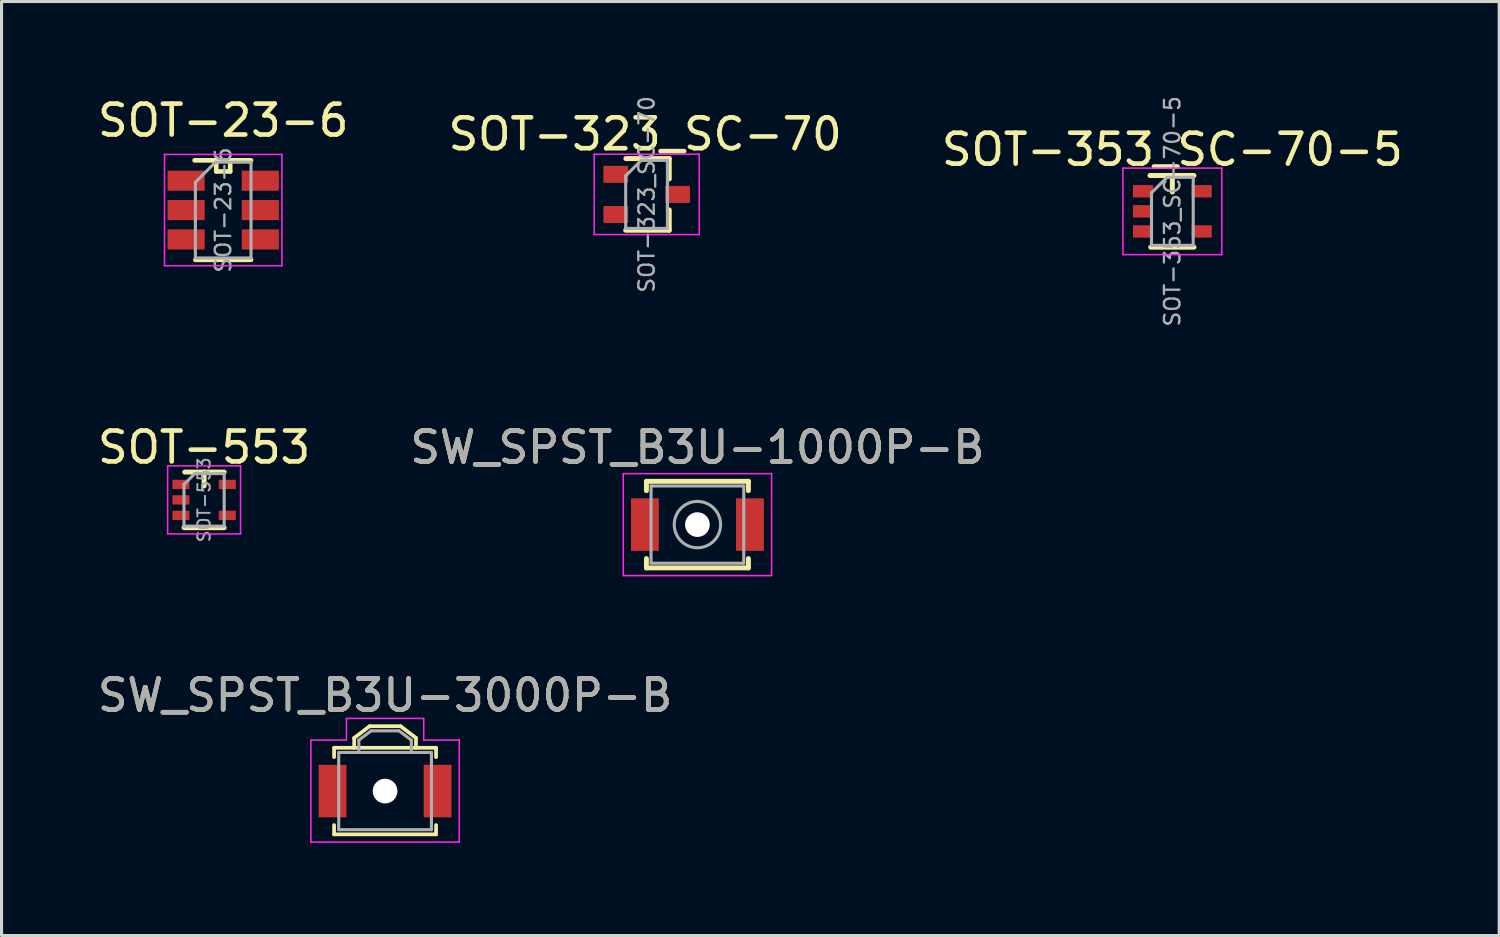
<source format=kicad_pcb>
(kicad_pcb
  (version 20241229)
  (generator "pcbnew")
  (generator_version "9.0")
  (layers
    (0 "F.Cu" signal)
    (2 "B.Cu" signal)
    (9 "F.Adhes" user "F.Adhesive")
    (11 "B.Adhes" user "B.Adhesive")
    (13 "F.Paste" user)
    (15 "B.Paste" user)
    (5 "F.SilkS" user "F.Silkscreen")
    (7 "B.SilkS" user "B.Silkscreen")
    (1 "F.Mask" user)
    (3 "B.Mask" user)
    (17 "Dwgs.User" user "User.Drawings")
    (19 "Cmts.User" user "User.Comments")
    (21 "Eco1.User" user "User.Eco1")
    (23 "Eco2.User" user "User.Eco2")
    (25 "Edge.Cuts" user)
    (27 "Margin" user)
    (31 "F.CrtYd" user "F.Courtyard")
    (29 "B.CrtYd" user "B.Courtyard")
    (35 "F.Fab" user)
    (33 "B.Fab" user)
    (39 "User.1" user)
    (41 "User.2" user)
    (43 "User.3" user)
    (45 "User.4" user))
  (footprint "SW_SPST_B3U-1000P-B"
    (layer "F.Cu")
    (at 19.518 13.926)
    (property "Reference" "SW_SPST_B3U-1000P-B" (at 0 -2.5 0) (layer "F.SilkS") (effects (font (size 1 1) (thickness 0.15))))
    (attr smd)
    (fp_line (start -1.65 -1.4) (end 1.65 -1.4) (stroke (width 0.16) (type solid)) (layer "F.SilkS"))
    (fp_line (start -1.65 -1.1) (end -1.65 -1.4) (stroke (width 0.16) (type solid)) (layer "F.SilkS"))
    (fp_line (start -1.65 1.1) (end -1.65 1.4) (stroke (width 0.16) (type solid)) (layer "F.SilkS"))
    (fp_line (start -1.65 1.4) (end 1.65 1.4) (stroke (width 0.16) (type solid)) (layer "F.SilkS"))
    (fp_line (start 1.65 -1.4) (end 1.65 -1.1) (stroke (width 0.16) (type solid)) (layer "F.SilkS"))
    (fp_line (start 1.65 1.4) (end 1.65 1.1) (stroke (width 0.16) (type solid)) (layer "F.SilkS"))
    (fp_line (start -2.4 -1.65) (end -2.4 1.65) (stroke (width 0.05) (type solid)) (layer "F.CrtYd"))
    (fp_line (start -2.4 1.65) (end 2.4 1.65) (stroke (width 0.05) (type solid)) (layer "F.CrtYd"))
    (fp_line (start 2.4 -1.65) (end -2.4 -1.65) (stroke (width 0.05) (type solid)) (layer "F.CrtYd"))
    (fp_line (start 2.4 1.65) (end 2.4 -1.65) (stroke (width 0.05) (type solid)) (layer "F.CrtYd"))
    (fp_line (start -1.5 -1.25) (end 1.5 -1.25) (stroke (width 0.1) (type solid)) (layer "F.Fab"))
    (fp_line (start -1.5 1.25) (end -1.5 -1.25) (stroke (width 0.1) (type solid)) (layer "F.Fab"))
    (fp_line (start 1.5 -1.25) (end 1.5 1.25) (stroke (width 0.1) (type solid)) (layer "F.Fab"))
    (fp_line (start 1.5 1.25) (end -1.5 1.25) (stroke (width 0.1) (type solid)) (layer "F.Fab"))
    (fp_circle (center 0 0) (end 0.75 0) (stroke (width 0.1) (type solid)) (fill no) (layer "F.Fab"))
    (fp_text user "${REFERENCE}" (at 0 -2.5 0) (layer "F.Fab") (effects (font (size 1 1) (thickness 0.15))))
    (pad "" np_thru_hole circle (at 0 0) (size 0.8 0.8) (drill 0.8) (layers "*.Cu" "*.Mask"))
    (pad "1" smd rect (at -1.7 0) (size 0.9 1.7) (layers "F.Cu" "F.Mask" "F.Paste"))
    (pad "2" smd rect (at 1.7 0) (size 0.9 1.7) (layers "F.Cu" "F.Mask" "F.Paste")))
  (footprint "SOT-553"
    (layer "F.Cu")
    (at 3.554 13.126)
    (property "Reference" "SOT-553" (at 0 -1.7 0) (layer "F.SilkS") (effects (font (size 1 1) (thickness 0.15))))
    (attr smd)
    (fp_line (start -0.625 -0.9) (end 0.65 -0.9) (stroke (width 0.16) (type solid)) (layer "F.SilkS"))
    (fp_line (start 0 -0.9) (end 0 -0.45) (stroke (width 0.16) (type solid)) (layer "F.SilkS"))
    (fp_line (start 0.65 0.9) (end -0.65 0.9) (stroke (width 0.16) (type solid)) (layer "F.SilkS"))
    (fp_line (start -1.18 -1.1) (end -1.18 1.1) (stroke (width 0.05) (type solid)) (layer "F.CrtYd"))
    (fp_line (start -1.18 -1.1) (end 1.18 -1.1) (stroke (width 0.05) (type solid)) (layer "F.CrtYd"))
    (fp_line (start 1.18 1.1) (end -1.18 1.1) (stroke (width 0.05) (type solid)) (layer "F.CrtYd"))
    (fp_line (start 1.18 1.1) (end 1.18 -1.1) (stroke (width 0.05) (type solid)) (layer "F.CrtYd"))
    (fp_line (start -0.65 -0.5) (end -0.65 0.85) (stroke (width 0.1) (type solid)) (layer "F.Fab"))
    (fp_line (start -0.65 -0.5) (end -0.3 -0.85) (stroke (width 0.1) (type solid)) (layer "F.Fab"))
    (fp_line (start -0.65 0.85) (end 0.65 0.85) (stroke (width 0.1) (type solid)) (layer "F.Fab"))
    (fp_line (start 0.65 -0.85) (end -0.3 -0.85) (stroke (width 0.1) (type solid)) (layer "F.Fab"))
    (fp_line (start 0.65 0.85) (end 0.65 -0.85) (stroke (width 0.1) (type solid)) (layer "F.Fab"))
    (fp_text user "${REFERENCE}" (at 0 0 90) (layer "F.Fab") (effects (font (size 0.4 0.4) (thickness 0.062))))
    (pad "1" smd rect (at -0.75 -0.5) (size 0.55 0.3) (layers "F.Cu" "F.Mask" "F.Paste"))
    (pad "2" smd rect (at -0.75 0) (size 0.55 0.3) (layers "F.Cu" "F.Mask" "F.Paste"))
    (pad "3" smd rect (at -0.75 0.5) (size 0.55 0.3) (layers "F.Cu" "F.Mask" "F.Paste"))
    (pad "4" smd rect (at 0.75 0.5) (size 0.55 0.3) (layers "F.Cu" "F.Mask" "F.Paste"))
    (pad "5" smd rect (at 0.75 -0.5) (size 0.55 0.3) (layers "F.Cu" "F.Mask" "F.Paste")))
  (footprint "SW_SPST_B3U-3000P-B"
    (layer "F.Cu")
    (at 9.411 22.549)
    (property "Reference" "SW_SPST_B3U-3000P-B" (at 0 -3.1 0) (layer "F.SilkS") (effects (font (size 1 1) (thickness 0.15))))
    (attr smd)
    (fp_line (start -1.65 -1.4) (end 1.65 -1.4) (stroke (width 0.12) (type solid)) (layer "F.SilkS"))
    (fp_line (start -1.65 -1.1) (end -1.65 -1.4) (stroke (width 0.12) (type solid)) (layer "F.SilkS"))
    (fp_line (start -1.65 1.1) (end -1.65 1.4) (stroke (width 0.12) (type solid)) (layer "F.SilkS"))
    (fp_line (start -1.65 1.4) (end 1.65 1.4) (stroke (width 0.12) (type solid)) (layer "F.SilkS"))
    (fp_line (start -1 -1.72) (end -1 -1.4) (stroke (width 0.12) (type solid)) (layer "F.SilkS"))
    (fp_line (start -0.5 -2.1) (end -1 -1.72) (stroke (width 0.12) (type solid)) (layer "F.SilkS"))
    (fp_line (start -0.5 -2.1) (end 0.5 -2.1) (stroke (width 0.12) (type solid)) (layer "F.SilkS"))
    (fp_line (start 0.5 -2.1) (end 1 -1.72) (stroke (width 0.12) (type solid)) (layer "F.SilkS"))
    (fp_line (start 1 -1.72) (end 1 -1.4) (stroke (width 0.12) (type solid)) (layer "F.SilkS"))
    (fp_line (start 1.65 -1.4) (end 1.65 -1.1) (stroke (width 0.12) (type solid)) (layer "F.SilkS"))
    (fp_line (start 1.65 1.4) (end 1.65 1.1) (stroke (width 0.12) (type solid)) (layer "F.SilkS"))
    (fp_line (start -2.4 -1.65) (end -2.4 1.65) (stroke (width 0.05) (type solid)) (layer "F.CrtYd"))
    (fp_line (start -2.4 1.65) (end 2.4 1.65) (stroke (width 0.05) (type solid)) (layer "F.CrtYd"))
    (fp_line (start -1.25 -2.35) (end 1.25 -2.35) (stroke (width 0.05) (type solid)) (layer "F.CrtYd"))
    (fp_line (start -1.25 -1.65) (end -2.4 -1.65) (stroke (width 0.05) (type solid)) (layer "F.CrtYd"))
    (fp_line (start -1.25 -1.65) (end -1.25 -2.35) (stroke (width 0.05) (type solid)) (layer "F.CrtYd"))
    (fp_line (start 1.25 -2.35) (end 1.25 -1.65) (stroke (width 0.05) (type solid)) (layer "F.CrtYd"))
    (fp_line (start 1.25 -1.65) (end 2.4 -1.65) (stroke (width 0.05) (type solid)) (layer "F.CrtYd"))
    (fp_line (start 2.4 1.65) (end 2.4 -1.65) (stroke (width 0.05) (type solid)) (layer "F.CrtYd"))
    (fp_line (start -1.5 -1.25) (end 1.5 -1.25) (stroke (width 0.1) (type solid)) (layer "F.Fab"))
    (fp_line (start -1.5 1.25) (end -1.5 -1.25) (stroke (width 0.1) (type solid)) (layer "F.Fab"))
    (fp_line (start -0.85 -1.65) (end -0.45 -1.95) (stroke (width 0.1) (type solid)) (layer "F.Fab"))
    (fp_line (start -0.85 -1.25) (end -0.85 -1.65) (stroke (width 0.1) (type solid)) (layer "F.Fab"))
    (fp_line (start -0.45 -1.95) (end 0.45 -1.95) (stroke (width 0.1) (type solid)) (layer "F.Fab"))
    (fp_line (start 0.45 -1.95) (end 0.85 -1.65) (stroke (width 0.1) (type solid)) (layer "F.Fab"))
    (fp_line (start 0.85 -1.65) (end 0.85 -1.25) (stroke (width 0.1) (type solid)) (layer "F.Fab"))
    (fp_line (start 1.5 -1.25) (end 1.5 1.25) (stroke (width 0.1) (type solid)) (layer "F.Fab"))
    (fp_line (start 1.5 1.25) (end -1.5 1.25) (stroke (width 0.1) (type solid)) (layer "F.Fab"))
    (fp_text user "${REFERENCE}" (at 0 -3.1 0) (layer "F.Fab") (effects (font (size 1 1) (thickness 0.15))))
    (pad "" np_thru_hole circle (at 0 0) (size 0.8 0.8) (drill 0.8) (layers "*.Cu" "*.Mask"))
    (pad "1" smd rect (at -1.7 0) (size 0.9 1.7) (layers "F.Cu" "F.Mask" "F.Paste"))
    (pad "2" smd rect (at 1.7 0) (size 0.9 1.7) (layers "F.Cu" "F.Mask" "F.Paste")))
  (footprint "SOT-323_SC-70"
    (layer "F.Cu")
    (at 17.877 3.241)
    (property "Reference" "SOT-323_SC-70" (at -0.05 -1.95 0) (layer "F.SilkS") (effects (font (size 1 1) (thickness 0.15))))
    (attr smd)
    (fp_line (start -0.68 1.16) (end 0.73 1.16) (stroke (width 0.16) (type solid)) (layer "F.SilkS"))
    (fp_line (start 0.73 -1.16) (end -0.675 -1.16) (stroke (width 0.16) (type solid)) (layer "F.SilkS"))
    (fp_line (start 0.73 -1.16) (end 0.73 -0.5) (stroke (width 0.16) (type solid)) (layer "F.SilkS"))
    (fp_line (start 0.73 0.5) (end 0.73 1.16) (stroke (width 0.16) (type solid)) (layer "F.SilkS"))
    (fp_line (start -1.7 -1.3) (end 1.7 -1.3) (stroke (width 0.05) (type solid)) (layer "F.CrtYd"))
    (fp_line (start -1.7 1.3) (end -1.7 -1.3) (stroke (width 0.05) (type solid)) (layer "F.CrtYd"))
    (fp_line (start 1.7 -1.3) (end 1.7 1.3) (stroke (width 0.05) (type solid)) (layer "F.CrtYd"))
    (fp_line (start 1.7 1.3) (end -1.7 1.3) (stroke (width 0.05) (type solid)) (layer "F.CrtYd"))
    (fp_line (start -0.68 -0.6) (end -0.68 1.1) (stroke (width 0.1) (type solid)) (layer "F.Fab"))
    (fp_line (start -0.18 -1.1) (end -0.68 -0.6) (stroke (width 0.1) (type solid)) (layer "F.Fab"))
    (fp_line (start 0.67 -1.1) (end -0.18 -1.1) (stroke (width 0.1) (type solid)) (layer "F.Fab"))
    (fp_line (start 0.67 -1.1) (end 0.67 1.1) (stroke (width 0.1) (type solid)) (layer "F.Fab"))
    (fp_line (start 0.67 1.1) (end -0.68 1.1) (stroke (width 0.1) (type solid)) (layer "F.Fab"))
    (fp_text user "${REFERENCE}" (at 0 0 90) (layer "F.Fab") (effects (font (size 0.5 0.5) (thickness 0.075))))
    (pad "1" smd rect (at -1 -0.65 270) (size 0.55 0.8) (layers "F.Cu" "F.Mask" "F.Paste"))
    (pad "2" smd rect (at -1 0.65 270) (size 0.55 0.8) (layers "F.Cu" "F.Mask" "F.Paste"))
    (pad "3" smd rect (at 1 0 270) (size 0.55 0.8) (layers "F.Cu" "F.Mask" "F.Paste")))
  (footprint "SOT-353_SC-70-5"
    (layer "F.Cu")
    (at 34.887 3.789)
    (property "Reference" "SOT-353_SC-70-5" (at 0 -2 0) (layer "F.SilkS") (effects (font (size 1 1) (thickness 0.15))))
    (attr smd)
    (fp_line (start -0.7 1.16) (end 0.7 1.16) (stroke (width 0.16) (type solid)) (layer "F.SilkS"))
    (fp_line (start 0 -1.15) (end 0 -0.625) (stroke (width 0.16) (type solid)) (layer "F.SilkS"))
    (fp_line (start 0.7 -1.16) (end -0.725 -1.16) (stroke (width 0.16) (type solid)) (layer "F.SilkS"))
    (fp_line (start -1.6 -1.4) (end -1.6 1.4) (stroke (width 0.05) (type solid)) (layer "F.CrtYd"))
    (fp_line (start -1.6 -1.4) (end 1.6 -1.4) (stroke (width 0.05) (type solid)) (layer "F.CrtYd"))
    (fp_line (start -1.6 1.4) (end 1.6 1.4) (stroke (width 0.05) (type solid)) (layer "F.CrtYd"))
    (fp_line (start 1.6 1.4) (end 1.6 -1.4) (stroke (width 0.05) (type solid)) (layer "F.CrtYd"))
    (fp_line (start -0.675 -0.6) (end -0.675 1.1) (stroke (width 0.1) (type solid)) (layer "F.Fab"))
    (fp_line (start -0.175 -1.1) (end -0.675 -0.6) (stroke (width 0.1) (type solid)) (layer "F.Fab"))
    (fp_line (start 0.675 -1.1) (end -0.175 -1.1) (stroke (width 0.1) (type solid)) (layer "F.Fab"))
    (fp_line (start 0.675 -1.1) (end 0.675 1.1) (stroke (width 0.1) (type solid)) (layer "F.Fab"))
    (fp_line (start 0.675 1.1) (end -0.675 1.1) (stroke (width 0.1) (type solid)) (layer "F.Fab"))
    (fp_text user "${REFERENCE}" (at 0 0 90) (layer "F.Fab") (effects (font (size 0.5 0.5) (thickness 0.075))))
    (pad "1" smd rect (at -0.95 -0.65) (size 0.65 0.4) (layers "F.Cu" "F.Mask" "F.Paste"))
    (pad "2" smd rect (at -0.95 0) (size 0.65 0.4) (layers "F.Cu" "F.Mask" "F.Paste"))
    (pad "3" smd rect (at -0.95 0.65) (size 0.65 0.4) (layers "F.Cu" "F.Mask" "F.Paste"))
    (pad "4" smd rect (at 0.95 0.65) (size 0.65 0.4) (layers "F.Cu" "F.Mask" "F.Paste"))
    (pad "5" smd rect (at 0.95 -0.65) (size 0.65 0.4) (layers "F.Cu" "F.Mask" "F.Paste")))
  (footprint "SOT-23-6"
    (layer "F.Cu")
    (at 4.173 3.748)
    (property "Reference" "SOT-23-6" (at 0 -2.9 0) (layer "F.SilkS") (effects (font (size 1 1) (thickness 0.15))))
    (attr smd)
    (fp_line (start -0.9 1.61) (end 0.9 1.61) (stroke (width 0.15) (type solid)) (layer "F.SilkS"))
    (fp_line (start -0.225 -1.575) (end -0.225 -1.25) (stroke (width 0.15) (type solid)) (layer "F.SilkS"))
    (fp_line (start -0.225 -1.25) (end 0.225 -1.25) (stroke (width 0.15) (type solid)) (layer "F.SilkS"))
    (fp_line (start 0.225 -1.25) (end 0.225 -1.575) (stroke (width 0.15) (type solid)) (layer "F.SilkS"))
    (fp_line (start 0.9 -1.61) (end -0.925 -1.61) (stroke (width 0.15) (type solid)) (layer "F.SilkS"))
    (fp_line (start -1.9 -1.8) (end -1.9 1.8) (stroke (width 0.05) (type solid)) (layer "F.CrtYd"))
    (fp_line (start -1.9 1.8) (end 1.9 1.8) (stroke (width 0.05) (type solid)) (layer "F.CrtYd"))
    (fp_line (start 1.9 -1.8) (end -1.9 -1.8) (stroke (width 0.05) (type solid)) (layer "F.CrtYd"))
    (fp_line (start 1.9 1.8) (end 1.9 -1.8) (stroke (width 0.05) (type solid)) (layer "F.CrtYd"))
    (fp_line (start -0.9 -0.9) (end -0.9 1.55) (stroke (width 0.1) (type solid)) (layer "F.Fab"))
    (fp_line (start -0.9 -0.9) (end -0.25 -1.55) (stroke (width 0.1) (type solid)) (layer "F.Fab"))
    (fp_line (start 0.9 -1.55) (end -0.25 -1.55) (stroke (width 0.1) (type solid)) (layer "F.Fab"))
    (fp_line (start 0.9 -1.55) (end 0.9 1.55) (stroke (width 0.1) (type solid)) (layer "F.Fab"))
    (fp_line (start 0.9 1.55) (end -0.9 1.55) (stroke (width 0.1) (type solid)) (layer "F.Fab"))
    (fp_text user "${REFERENCE}" (at 0 0 90) (layer "F.Fab") (effects (font (size 0.5 0.5) (thickness 0.075))))
    (pad "1" smd rect (at -1.2 -0.95) (size 1.2 0.65) (layers "F.Cu" "F.Mask" "F.Paste"))
    (pad "2" smd rect (at -1.2 0) (size 1.2 0.65) (layers "F.Cu" "F.Mask" "F.Paste"))
    (pad "3" smd rect (at -1.2 0.95) (size 1.2 0.65) (layers "F.Cu" "F.Mask" "F.Paste"))
    (pad "4" smd rect (at 1.2 0.95) (size 1.2 0.65) (layers "F.Cu" "F.Mask" "F.Paste"))
    (pad "5" smd rect (at 1.2 0) (size 1.2 0.65) (layers "F.Cu" "F.Mask" "F.Paste"))
    (pad "6" smd rect (at 1.2 -0.95) (size 1.2 0.65) (layers "F.Cu" "F.Mask" "F.Paste")))
  (gr_rect
    (start -3 -3)
    (end 45.464 27.224)
    (stroke (width 0.1) (type default))
    (fill no)
    (layer "Edge.Cuts")))
</source>
